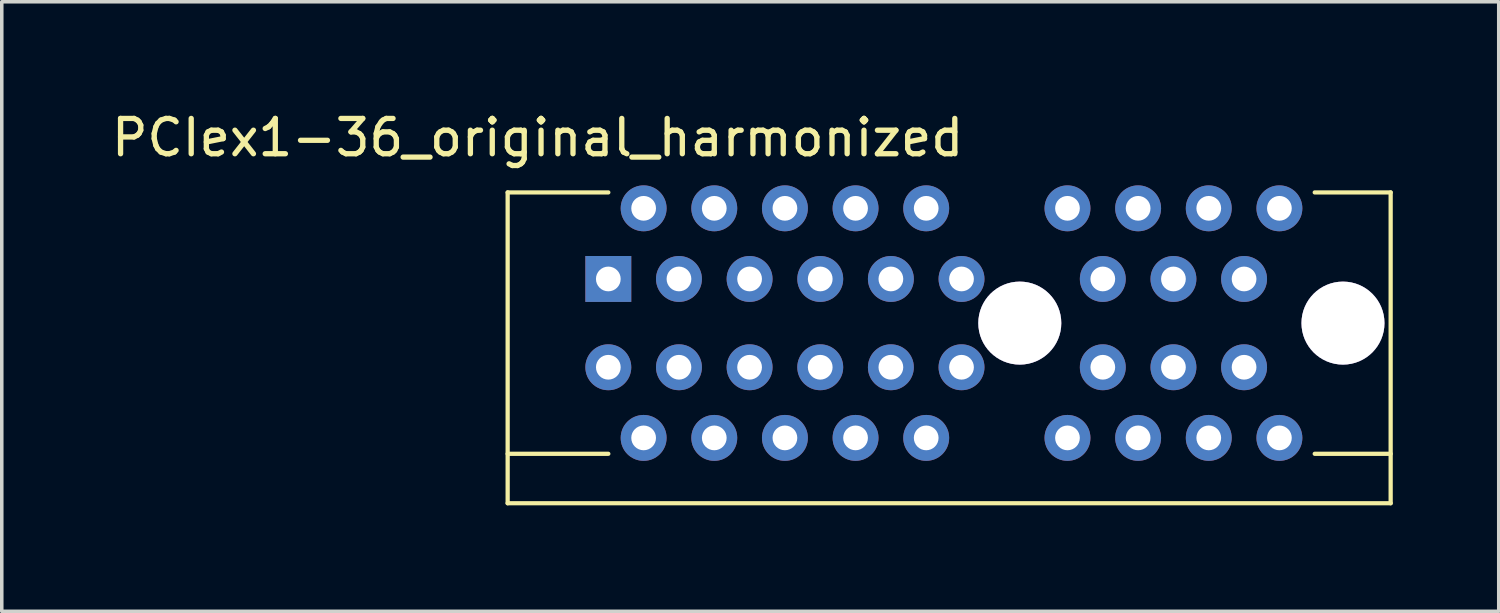
<source format=kicad_pcb>
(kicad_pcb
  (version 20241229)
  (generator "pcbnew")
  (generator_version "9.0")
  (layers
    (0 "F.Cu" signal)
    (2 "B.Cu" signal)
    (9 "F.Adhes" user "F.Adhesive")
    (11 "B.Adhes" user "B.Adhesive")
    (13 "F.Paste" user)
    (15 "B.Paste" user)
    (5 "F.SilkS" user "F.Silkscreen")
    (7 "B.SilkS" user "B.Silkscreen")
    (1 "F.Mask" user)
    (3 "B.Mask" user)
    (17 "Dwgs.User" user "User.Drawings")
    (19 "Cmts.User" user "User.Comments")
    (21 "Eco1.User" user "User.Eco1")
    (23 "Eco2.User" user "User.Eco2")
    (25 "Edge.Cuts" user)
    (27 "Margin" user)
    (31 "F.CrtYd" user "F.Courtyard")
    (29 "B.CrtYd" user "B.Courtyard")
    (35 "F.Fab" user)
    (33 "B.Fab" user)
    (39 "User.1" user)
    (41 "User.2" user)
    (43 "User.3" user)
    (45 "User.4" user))
  (footprint "PCIex1-36_original_harmonized"
    (layer "F.Cu")
    (at 14.173 4.848)
    (property "Reference" "PCIex1-36_original_harmonized" (at -2 -4 0) (layer "F.SilkS") (effects (font (size 1 1) (thickness 0.15))))
    (attr through_hole)
    (fp_line (start -2.85 -2.45) (end 0 -2.45) (stroke (width 0.12) (type solid)) (layer "F.SilkS"))
    (fp_line (start -2.85 6.35) (end -2.85 -2.45) (stroke (width 0.12) (type solid)) (layer "F.SilkS"))
    (fp_line (start -2.85 6.35) (end 22.15 6.35) (stroke (width 0.12) (type solid)) (layer "F.SilkS"))
    (fp_line (start 0 4.95) (end -2.85 4.95) (stroke (width 0.12) (type solid)) (layer "F.SilkS"))
    (fp_line (start 22.15 -2.45) (end 20 -2.45) (stroke (width 0.12) (type solid)) (layer "F.SilkS"))
    (fp_line (start 22.15 -2.45) (end 22.15 6.35) (stroke (width 0.12) (type solid)) (layer "F.SilkS"))
    (fp_line (start 22.15 4.95) (end 20 4.95) (stroke (width 0.12) (type solid)) (layer "F.SilkS"))
    (pad "19" thru_hole circle (at 11.65 1.25) (size 2.35 2.35) (drill 2.35) (layers "*.Cu" "*.Mask"))
    (pad "19" thru_hole circle (at 20.8 1.25) (size 2.35 2.35) (drill 2.35) (layers "*.Cu" "*.Mask"))
    (pad "A1" thru_hole rect (at 0 0) (size 1.3 1.3) (drill 0.7) (layers "*.Cu" "*.Mask"))
    (pad "A2" thru_hole circle (at 1 -2) (size 1.3 1.3) (drill 0.7) (layers "*.Cu" "*.Mask"))
    (pad "A3" thru_hole circle (at 2 0) (size 1.3 1.3) (drill 0.7) (layers "*.Cu" "*.Mask"))
    (pad "A4" thru_hole circle (at 3 -2) (size 1.3 1.3) (drill 0.7) (layers "*.Cu" "*.Mask"))
    (pad "A5" thru_hole circle (at 4 0) (size 1.3 1.3) (drill 0.7) (layers "*.Cu" "*.Mask"))
    (pad "A6" thru_hole circle (at 5 -2) (size 1.3 1.3) (drill 0.7) (layers "*.Cu" "*.Mask"))
    (pad "A7" thru_hole circle (at 6 0) (size 1.3 1.3) (drill 0.7) (layers "*.Cu" "*.Mask"))
    (pad "A8" thru_hole circle (at 7 -2) (size 1.3 1.3) (drill 0.7) (layers "*.Cu" "*.Mask"))
    (pad "A9" thru_hole circle (at 8 0) (size 1.3 1.3) (drill 0.7) (layers "*.Cu" "*.Mask"))
    (pad "A10" thru_hole circle (at 9 -2) (size 1.3 1.3) (drill 0.7) (layers "*.Cu" "*.Mask"))
    (pad "A11" thru_hole circle (at 10 0) (size 1.3 1.3) (drill 0.7) (layers "*.Cu" "*.Mask"))
    (pad "A12" thru_hole circle (at 13 -2) (size 1.3 1.3) (drill 0.7) (layers "*.Cu" "*.Mask"))
    (pad "A13" thru_hole circle (at 14 0) (size 1.3 1.3) (drill 0.7) (layers "*.Cu" "*.Mask"))
    (pad "A14" thru_hole circle (at 15 -2) (size 1.3 1.3) (drill 0.7) (layers "*.Cu" "*.Mask"))
    (pad "A15" thru_hole circle (at 16 0) (size 1.3 1.3) (drill 0.7) (layers "*.Cu" "*.Mask"))
    (pad "A16" thru_hole circle (at 17 -2) (size 1.3 1.3) (drill 0.7) (layers "*.Cu" "*.Mask"))
    (pad "A17" thru_hole circle (at 18 0) (size 1.3 1.3) (drill 0.7) (layers "*.Cu" "*.Mask"))
    (pad "A18" thru_hole circle (at 19 -2) (size 1.3 1.3) (drill 0.7) (layers "*.Cu" "*.Mask"))
    (pad "B1" thru_hole circle (at 0 2.5) (size 1.3 1.3) (drill 0.7) (layers "*.Cu" "*.Mask"))
    (pad "B2" thru_hole circle (at 1 4.5) (size 1.3 1.3) (drill 0.7) (layers "*.Cu" "*.Mask"))
    (pad "B3" thru_hole circle (at 2 2.5) (size 1.3 1.3) (drill 0.7) (layers "*.Cu" "*.Mask"))
    (pad "B4" thru_hole circle (at 3 4.5) (size 1.3 1.3) (drill 0.7) (layers "*.Cu" "*.Mask"))
    (pad "B5" thru_hole circle (at 4 2.5) (size 1.3 1.3) (drill 0.7) (layers "*.Cu" "*.Mask"))
    (pad "B6" thru_hole circle (at 5 4.5) (size 1.3 1.3) (drill 0.7) (layers "*.Cu" "*.Mask"))
    (pad "B7" thru_hole circle (at 6 2.5) (size 1.3 1.3) (drill 0.7) (layers "*.Cu" "*.Mask"))
    (pad "B8" thru_hole circle (at 7 4.5) (size 1.3 1.3) (drill 0.7) (layers "*.Cu" "*.Mask"))
    (pad "B9" thru_hole circle (at 8 2.5) (size 1.3 1.3) (drill 0.7) (layers "*.Cu" "*.Mask"))
    (pad "B10" thru_hole circle (at 9 4.5) (size 1.3 1.3) (drill 0.7) (layers "*.Cu" "*.Mask"))
    (pad "B11" thru_hole circle (at 10 2.5) (size 1.3 1.3) (drill 0.7) (layers "*.Cu" "*.Mask"))
    (pad "B12" thru_hole circle (at 13 4.5) (size 1.3 1.3) (drill 0.7) (layers "*.Cu" "*.Mask"))
    (pad "B13" thru_hole circle (at 14 2.5) (size 1.3 1.3) (drill 0.7) (layers "*.Cu" "*.Mask"))
    (pad "B14" thru_hole circle (at 15 4.5) (size 1.3 1.3) (drill 0.7) (layers "*.Cu" "*.Mask"))
    (pad "B15" thru_hole circle (at 16 2.5) (size 1.3 1.3) (drill 0.7) (layers "*.Cu" "*.Mask"))
    (pad "B16" thru_hole circle (at 17 4.5) (size 1.3 1.3) (drill 0.7) (layers "*.Cu" "*.Mask"))
    (pad "B17" thru_hole circle (at 18 2.5) (size 1.3 1.3) (drill 0.7) (layers "*.Cu" "*.Mask"))
    (pad "B18" thru_hole circle (at 19 4.5) (size 1.3 1.3) (drill 0.7) (layers "*.Cu" "*.Mask")))
  (gr_rect
    (start -3 -3)
    (end 39.383 14.258)
    (stroke (width 0.1) (type default))
    (fill no)
    (layer "Edge.Cuts")))
</source>
